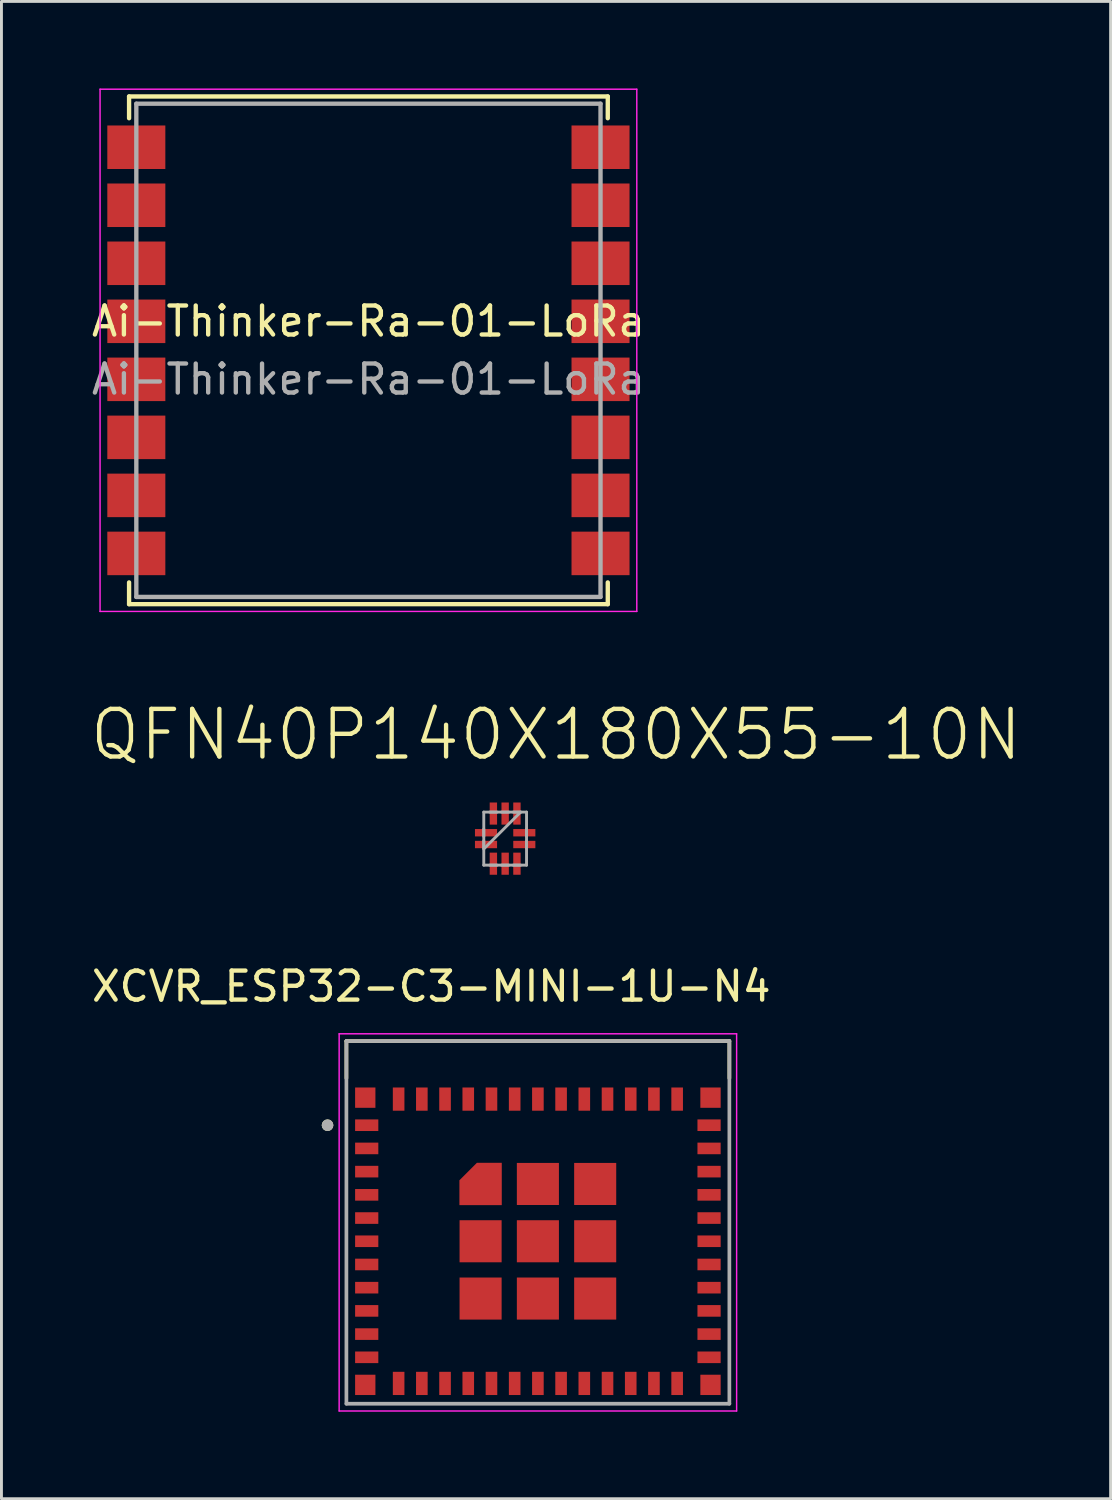
<source format=kicad_pcb>
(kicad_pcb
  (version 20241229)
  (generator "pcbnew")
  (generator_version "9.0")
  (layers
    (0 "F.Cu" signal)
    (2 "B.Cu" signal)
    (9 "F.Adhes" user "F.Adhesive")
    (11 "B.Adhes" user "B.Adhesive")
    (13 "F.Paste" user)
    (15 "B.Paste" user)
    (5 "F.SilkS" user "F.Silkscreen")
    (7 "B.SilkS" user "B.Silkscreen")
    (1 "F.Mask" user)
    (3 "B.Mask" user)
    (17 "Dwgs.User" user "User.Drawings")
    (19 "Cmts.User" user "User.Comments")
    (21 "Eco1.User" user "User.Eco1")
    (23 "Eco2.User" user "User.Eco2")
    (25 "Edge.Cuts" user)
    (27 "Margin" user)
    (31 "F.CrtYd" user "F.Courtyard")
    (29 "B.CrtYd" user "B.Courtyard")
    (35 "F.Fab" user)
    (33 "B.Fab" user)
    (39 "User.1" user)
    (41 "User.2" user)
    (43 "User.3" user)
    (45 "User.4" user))
  (footprint "QFN40P140X180X55-10N"
    (layer "F.Cu")
    (at 14.362 25.856)
    (property "Reference" "QFN40P140X180X55-10N" (at 1.753 -3.583 0) (layer "F.SilkS") (effects (font (size 1.641 1.641) (thickness 0.15))))
    (attr through_hole)
    (fp_line (start -0.737 -0.914) (end -0.737 0.914) (stroke (width 0.1) (type solid)) (layer "F.Fab"))
    (fp_line (start -0.737 -0.33) (end -0.737 -0.076) (stroke (width 0.1) (type solid)) (layer "F.Fab"))
    (fp_line (start -0.737 0.076) (end -0.737 0.33) (stroke (width 0.1) (type solid)) (layer "F.Fab"))
    (fp_line (start -0.737 0.356) (end 0.533 -0.914) (stroke (width 0.1) (type solid)) (layer "F.Fab"))
    (fp_line (start -0.737 0.914) (end 0.737 0.914) (stroke (width 0.1) (type solid)) (layer "F.Fab"))
    (fp_line (start -0.533 0.914) (end -0.279 0.914) (stroke (width 0.1) (type solid)) (layer "F.Fab"))
    (fp_line (start -0.279 -0.914) (end -0.533 -0.914) (stroke (width 0.1) (type solid)) (layer "F.Fab"))
    (fp_line (start -0.127 0.914) (end 0.127 0.914) (stroke (width 0.1) (type solid)) (layer "F.Fab"))
    (fp_line (start 0.127 -0.914) (end -0.127 -0.914) (stroke (width 0.1) (type solid)) (layer "F.Fab"))
    (fp_line (start 0.279 0.914) (end 0.533 0.914) (stroke (width 0.1) (type solid)) (layer "F.Fab"))
    (fp_line (start 0.533 -0.914) (end 0.279 -0.914) (stroke (width 0.1) (type solid)) (layer "F.Fab"))
    (fp_line (start 0.737 -0.914) (end -0.737 -0.914) (stroke (width 0.1) (type solid)) (layer "F.Fab"))
    (fp_line (start 0.737 -0.076) (end 0.737 -0.33) (stroke (width 0.1) (type solid)) (layer "F.Fab"))
    (fp_line (start 0.737 0.33) (end 0.737 0.076) (stroke (width 0.1) (type solid)) (layer "F.Fab"))
    (fp_line (start 0.737 0.914) (end 0.737 -0.914) (stroke (width 0.1) (type solid)) (layer "F.Fab"))
    (pad "1" smd rect (at -0.66 -0.203 270) (size 0.254 0.762) (layers "F.Cu" "F.Mask" "F.Paste"))
    (pad "2" smd rect (at -0.66 0.203 270) (size 0.254 0.762) (layers "F.Cu" "F.Mask" "F.Paste"))
    (pad "3" smd rect (at -0.406 0.864 180) (size 0.254 0.762) (layers "F.Cu" "F.Mask" "F.Paste"))
    (pad "4" smd rect (at 0 0.864 180) (size 0.254 0.762) (layers "F.Cu" "F.Mask" "F.Paste"))
    (pad "5" smd rect (at 0.406 0.864 180) (size 0.254 0.762) (layers "F.Cu" "F.Mask" "F.Paste"))
    (pad "6" smd rect (at 0.66 0.203 270) (size 0.254 0.762) (layers "F.Cu" "F.Mask" "F.Paste"))
    (pad "7" smd rect (at 0.66 -0.203 270) (size 0.254 0.762) (layers "F.Cu" "F.Mask" "F.Paste"))
    (pad "8" smd rect (at 0.406 -0.864 180) (size 0.254 0.762) (layers "F.Cu" "F.Mask" "F.Paste"))
    (pad "9" smd rect (at 0 -0.864 180) (size 0.254 0.762) (layers "F.Cu" "F.Mask" "F.Paste"))
    (pad "10" smd rect (at -0.406 -0.864 180) (size 0.254 0.762) (layers "F.Cu" "F.Mask" "F.Paste")))
  (footprint "Ai-Thinker-Ra-01-LoRa"
    (layer "F.Cu")
    (at 9.649 9.025)
    (property "Reference" "Ai-Thinker-Ra-01-LoRa" (at 0 -1 0) (layer "F.SilkS") (effects (font (size 1 1) (thickness 0.15))))
    (attr smd)
    (fp_line (start -8.25 -8.75) (end 8.25 -8.75) (stroke (width 0.15) (type solid)) (layer "F.SilkS"))
    (fp_line (start -8.25 -8) (end -8.25 -8.75) (stroke (width 0.15) (type solid)) (layer "F.SilkS"))
    (fp_line (start -8.25 8) (end -8.25 8.75) (stroke (width 0.15) (type solid)) (layer "F.SilkS"))
    (fp_line (start -8.25 8.75) (end 8.25 8.75) (stroke (width 0.15) (type solid)) (layer "F.SilkS"))
    (fp_line (start 8.25 -8.75) (end 8.25 -8) (stroke (width 0.15) (type solid)) (layer "F.SilkS"))
    (fp_line (start 8.25 8.75) (end 8.25 8) (stroke (width 0.15) (type solid)) (layer "F.SilkS"))
    (fp_line (start -9.25 -9) (end 9.25 -9) (stroke (width 0.05) (type solid)) (layer "F.CrtYd"))
    (fp_line (start -9.25 9) (end -9.25 -9) (stroke (width 0.05) (type solid)) (layer "F.CrtYd"))
    (fp_line (start 9.25 -9) (end 9.25 9) (stroke (width 0.05) (type solid)) (layer "F.CrtYd"))
    (fp_line (start 9.25 9) (end -9.25 9) (stroke (width 0.05) (type solid)) (layer "F.CrtYd"))
    (fp_line (start -8 -8.5) (end 8 -8.5) (stroke (width 0.15) (type solid)) (layer "F.Fab"))
    (fp_line (start -8 8.5) (end -8 -8.5) (stroke (width 0.15) (type solid)) (layer "F.Fab"))
    (fp_line (start 8 -8.5) (end 8 8.5) (stroke (width 0.15) (type solid)) (layer "F.Fab"))
    (fp_line (start 8 8.5) (end -8 8.5) (stroke (width 0.15) (type solid)) (layer "F.Fab"))
    (fp_text user "${REFERENCE}" (at 0 1 0) (layer "F.Fab") (effects (font (size 1 1) (thickness 0.15))))
    (pad "1" smd rect (at -8 -7) (size 2 1.5) (layers "F.Cu" "F.Mask" "F.Paste"))
    (pad "2" smd rect (at -8 -5) (size 2 1.5) (layers "F.Cu" "F.Mask" "F.Paste"))
    (pad "3" smd rect (at -8 -3) (size 2 1.5) (layers "F.Cu" "F.Mask" "F.Paste"))
    (pad "4" smd rect (at -8 -1) (size 2 1.5) (layers "F.Cu" "F.Mask" "F.Paste"))
    (pad "5" smd rect (at -8 1) (size 2 1.5) (layers "F.Cu" "F.Mask" "F.Paste"))
    (pad "6" smd rect (at -8 3) (size 2 1.5) (layers "F.Cu" "F.Mask" "F.Paste"))
    (pad "7" smd rect (at -8 5) (size 2 1.5) (layers "F.Cu" "F.Mask" "F.Paste"))
    (pad "8" smd rect (at -8 7) (size 2 1.5) (layers "F.Cu" "F.Mask" "F.Paste"))
    (pad "9" smd rect (at 8 7) (size 2 1.5) (layers "F.Cu" "F.Mask" "F.Paste"))
    (pad "10" smd rect (at 8 5) (size 2 1.5) (layers "F.Cu" "F.Mask" "F.Paste"))
    (pad "11" smd rect (at 8 3) (size 2 1.5) (layers "F.Cu" "F.Mask" "F.Paste"))
    (pad "12" smd rect (at 8 1) (size 2 1.5) (layers "F.Cu" "F.Mask" "F.Paste"))
    (pad "13" smd rect (at 8 -1) (size 2 1.5) (layers "F.Cu" "F.Mask" "F.Paste"))
    (pad "14" smd rect (at 8 -3) (size 2 1.5) (layers "F.Cu" "F.Mask" "F.Paste"))
    (pad "15" smd rect (at 8 -5) (size 2 1.5) (layers "F.Cu" "F.Mask" "F.Paste"))
    (pad "16" smd rect (at 8 -7) (size 2 1.5) (layers "F.Cu" "F.Mask" "F.Paste")))
  (footprint "XCVR_ESP32-C3-MINI-1U-N4"
    (layer "F.Cu")
    (at 15.49 39.734)
    (property "Reference" "XCVR_ESP32-C3-MINI-1U-N4" (at -3.675 -8.785 0) (layer "F.SilkS") (effects (font (size 1 1) (thickness 0.15))))
    (attr through_hole)
    (fp_poly (pts (xy -1.15 -1.15) (xy -2.8 -1.15) (xy -2.8 -2.14) (xy -2.14 -2.8) (xy -1.15 -2.8)) (stroke (width 0.01) (type solid)) (fill yes) (layer "F.Mask"))
    (fp_line (start -6.6 -6.9) (end 6.6 -6.9) (stroke (width 0.127) (type solid)) (layer "F.SilkS"))
    (fp_line (start -6.6 -5.62) (end -6.6 -6.9) (stroke (width 0.127) (type solid)) (layer "F.SilkS"))
    (fp_line (start 6.6 -6.9) (end 6.6 -5.62) (stroke (width 0.127) (type solid)) (layer "F.SilkS"))
    (fp_circle (center -7.25 -4) (end -7.15 -4) (stroke (width 0.2) (type solid)) (fill no) (layer "F.SilkS"))
    (fp_poly (pts (xy -1.25 -1.25) (xy -2.7 -1.25) (xy -2.7 -2.1) (xy -2.1 -2.7) (xy -1.25 -2.7)) (stroke (width 0.01) (type solid)) (fill yes) (layer "F.Paste"))
    (fp_line (start -6.85 -7.15) (end -6.85 5.85) (stroke (width 0.05) (type solid)) (layer "F.CrtYd"))
    (fp_line (start -6.85 5.85) (end 6.85 5.85) (stroke (width 0.05) (type solid)) (layer "F.CrtYd"))
    (fp_line (start 6.85 -7.15) (end -6.85 -7.15) (stroke (width 0.05) (type solid)) (layer "F.CrtYd"))
    (fp_line (start 6.85 5.85) (end 6.85 -7.15) (stroke (width 0.05) (type solid)) (layer "F.CrtYd"))
    (fp_line (start -6.6 -6.9) (end 6.6 -6.9) (stroke (width 0.127) (type solid)) (layer "F.Fab"))
    (fp_line (start -6.6 5.6) (end -6.6 -6.9) (stroke (width 0.127) (type solid)) (layer "F.Fab"))
    (fp_line (start 6.6 -6.9) (end 6.6 5.6) (stroke (width 0.127) (type solid)) (layer "F.Fab"))
    (fp_line (start 6.6 5.6) (end -6.6 5.6) (stroke (width 0.127) (type solid)) (layer "F.Fab"))
    (fp_circle (center -7.25 -4) (end -7.15 -4) (stroke (width 0.2) (type solid)) (fill no) (layer "F.Fab"))
    (pad "1" smd rect (at -5.9 -4) (size 0.8 0.4) (layers "F.Cu" "F.Mask" "F.Paste"))
    (pad "2" smd rect (at -5.9 -3.2) (size 0.8 0.4) (layers "F.Cu" "F.Mask" "F.Paste"))
    (pad "3" smd rect (at -5.9 -2.4) (size 0.8 0.4) (layers "F.Cu" "F.Mask" "F.Paste"))
    (pad "4" smd rect (at -5.9 -1.6) (size 0.8 0.4) (layers "F.Cu" "F.Mask" "F.Paste"))
    (pad "5" smd rect (at -5.9 -0.8) (size 0.8 0.4) (layers "F.Cu" "F.Mask" "F.Paste"))
    (pad "6" smd rect (at -5.9 0) (size 0.8 0.4) (layers "F.Cu" "F.Mask" "F.Paste"))
    (pad "7" smd rect (at -5.9 0.8) (size 0.8 0.4) (layers "F.Cu" "F.Mask" "F.Paste"))
    (pad "8" smd rect (at -5.9 1.6) (size 0.8 0.4) (layers "F.Cu" "F.Mask" "F.Paste"))
    (pad "9" smd rect (at -5.9 2.4) (size 0.8 0.4) (layers "F.Cu" "F.Mask" "F.Paste"))
    (pad "10" smd rect (at -5.9 3.2) (size 0.8 0.4) (layers "F.Cu" "F.Mask" "F.Paste"))
    (pad "11" smd rect (at -5.9 4) (size 0.8 0.4) (layers "F.Cu" "F.Mask" "F.Paste"))
    (pad "12" smd rect (at -4.8 4.9) (size 0.4 0.8) (layers "F.Cu" "F.Mask" "F.Paste"))
    (pad "13" smd rect (at -4 4.9) (size 0.4 0.8) (layers "F.Cu" "F.Mask" "F.Paste"))
    (pad "14" smd rect (at -3.2 4.9) (size 0.4 0.8) (layers "F.Cu" "F.Mask" "F.Paste"))
    (pad "15" smd rect (at -2.4 4.9) (size 0.4 0.8) (layers "F.Cu" "F.Mask" "F.Paste"))
    (pad "16" smd rect (at -1.6 4.9) (size 0.4 0.8) (layers "F.Cu" "F.Mask" "F.Paste"))
    (pad "17" smd rect (at -0.8 4.9) (size 0.4 0.8) (layers "F.Cu" "F.Mask" "F.Paste"))
    (pad "18" smd rect (at 0 4.9) (size 0.4 0.8) (layers "F.Cu" "F.Mask" "F.Paste"))
    (pad "19" smd rect (at 0.8 4.9) (size 0.4 0.8) (layers "F.Cu" "F.Mask" "F.Paste"))
    (pad "20" smd rect (at 1.6 4.9) (size 0.4 0.8) (layers "F.Cu" "F.Mask" "F.Paste"))
    (pad "21" smd rect (at 2.4 4.9) (size 0.4 0.8) (layers "F.Cu" "F.Mask" "F.Paste"))
    (pad "22" smd rect (at 3.2 4.9) (size 0.4 0.8) (layers "F.Cu" "F.Mask" "F.Paste"))
    (pad "23" smd rect (at 4 4.9) (size 0.4 0.8) (layers "F.Cu" "F.Mask" "F.Paste"))
    (pad "24" smd rect (at 4.8 4.9) (size 0.4 0.8) (layers "F.Cu" "F.Mask" "F.Paste"))
    (pad "25" smd rect (at 5.9 4) (size 0.8 0.4) (layers "F.Cu" "F.Mask" "F.Paste"))
    (pad "26" smd rect (at 5.9 3.2) (size 0.8 0.4) (layers "F.Cu" "F.Mask" "F.Paste"))
    (pad "27" smd rect (at 5.9 2.4) (size 0.8 0.4) (layers "F.Cu" "F.Mask" "F.Paste"))
    (pad "28" smd rect (at 5.9 1.6) (size 0.8 0.4) (layers "F.Cu" "F.Mask" "F.Paste"))
    (pad "29" smd rect (at 5.9 0.8) (size 0.8 0.4) (layers "F.Cu" "F.Mask" "F.Paste"))
    (pad "30" smd rect (at 5.9 0) (size 0.8 0.4) (layers "F.Cu" "F.Mask" "F.Paste"))
    (pad "31" smd rect (at 5.9 -0.8) (size 0.8 0.4) (layers "F.Cu" "F.Mask" "F.Paste"))
    (pad "32" smd rect (at 5.9 -1.6) (size 0.8 0.4) (layers "F.Cu" "F.Mask" "F.Paste"))
    (pad "33" smd rect (at 5.9 -2.4) (size 0.8 0.4) (layers "F.Cu" "F.Mask" "F.Paste"))
    (pad "34" smd rect (at 5.9 -3.2) (size 0.8 0.4) (layers "F.Cu" "F.Mask" "F.Paste"))
    (pad "35" smd rect (at 5.9 -4) (size 0.8 0.4) (layers "F.Cu" "F.Mask" "F.Paste"))
    (pad "36" smd rect (at 4.8 -4.9) (size 0.4 0.8) (layers "F.Cu" "F.Mask" "F.Paste"))
    (pad "37" smd rect (at 4 -4.9) (size 0.4 0.8) (layers "F.Cu" "F.Mask" "F.Paste"))
    (pad "38" smd rect (at 3.2 -4.9) (size 0.4 0.8) (layers "F.Cu" "F.Mask" "F.Paste"))
    (pad "39" smd rect (at 2.4 -4.9) (size 0.4 0.8) (layers "F.Cu" "F.Mask" "F.Paste"))
    (pad "40" smd rect (at 1.6 -4.9) (size 0.4 0.8) (layers "F.Cu" "F.Mask" "F.Paste"))
    (pad "41" smd rect (at 0.8 -4.9) (size 0.4 0.8) (layers "F.Cu" "F.Mask" "F.Paste"))
    (pad "42" smd rect (at 0 -4.9) (size 0.4 0.8) (layers "F.Cu" "F.Mask" "F.Paste"))
    (pad "43" smd rect (at -0.8 -4.9) (size 0.4 0.8) (layers "F.Cu" "F.Mask" "F.Paste"))
    (pad "44" smd rect (at -1.6 -4.9) (size 0.4 0.8) (layers "F.Cu" "F.Mask" "F.Paste"))
    (pad "45" smd rect (at -2.4 -4.9) (size 0.4 0.8) (layers "F.Cu" "F.Mask" "F.Paste"))
    (pad "46" smd rect (at -3.2 -4.9) (size 0.4 0.8) (layers "F.Cu" "F.Mask" "F.Paste"))
    (pad "47" smd rect (at -4 -4.9) (size 0.4 0.8) (layers "F.Cu" "F.Mask" "F.Paste"))
    (pad "48" smd rect (at -4.8 -4.9) (size 0.4 0.8) (layers "F.Cu" "F.Mask" "F.Paste"))
    (pad "49_1" smd custom (at -1.975 -1.975) (size 0.6 0.6) (layers "F.Cu") (options (anchor rect)) (primitives (gr_poly (pts (xy 0.725 0.725) (xy -0.725 0.725) (xy -0.725 -0.125) (xy -0.125 -0.725) (xy 0.725 -0.725)) (width 0.01) (fill yes))))
    (pad "49_2" smd rect (at 0 -1.975) (size 1.45 1.45) (layers "F.Cu" "F.Mask" "F.Paste"))
    (pad "49_3" smd rect (at 1.975 -1.975) (size 1.45 1.45) (layers "F.Cu" "F.Mask" "F.Paste"))
    (pad "49_4" smd rect (at 1.975 0) (size 1.45 1.45) (layers "F.Cu" "F.Mask" "F.Paste"))
    (pad "49_5" smd rect (at 1.975 1.975) (size 1.45 1.45) (layers "F.Cu" "F.Mask" "F.Paste"))
    (pad "49_6" smd rect (at 0 1.975) (size 1.45 1.45) (layers "F.Cu" "F.Mask" "F.Paste"))
    (pad "49_7" smd rect (at -1.975 1.975) (size 1.45 1.45) (layers "F.Cu" "F.Mask" "F.Paste"))
    (pad "49_8" smd rect (at -1.975 0) (size 1.45 1.45) (layers "F.Cu" "F.Mask" "F.Paste"))
    (pad "49_9" smd rect (at 0 0) (size 1.45 1.45) (layers "F.Cu" "F.Mask" "F.Paste"))
    (pad "50" smd rect (at 5.95 -4.95) (size 0.7 0.7) (layers "F.Cu" "F.Mask" "F.Paste"))
    (pad "51" smd rect (at 5.95 4.95) (size 0.7 0.7) (layers "F.Cu" "F.Mask" "F.Paste"))
    (pad "52" smd rect (at -5.95 4.95) (size 0.7 0.7) (layers "F.Cu" "F.Mask" "F.Paste"))
    (pad "53" smd rect (at -5.95 -4.95) (size 0.7 0.7) (layers "F.Cu" "F.Mask" "F.Paste")))
  (gr_rect
    (start -3 -3)
    (end 35.231 48.609)
    (stroke (width 0.1) (type default))
    (fill no)
    (layer "Edge.Cuts")))
</source>
